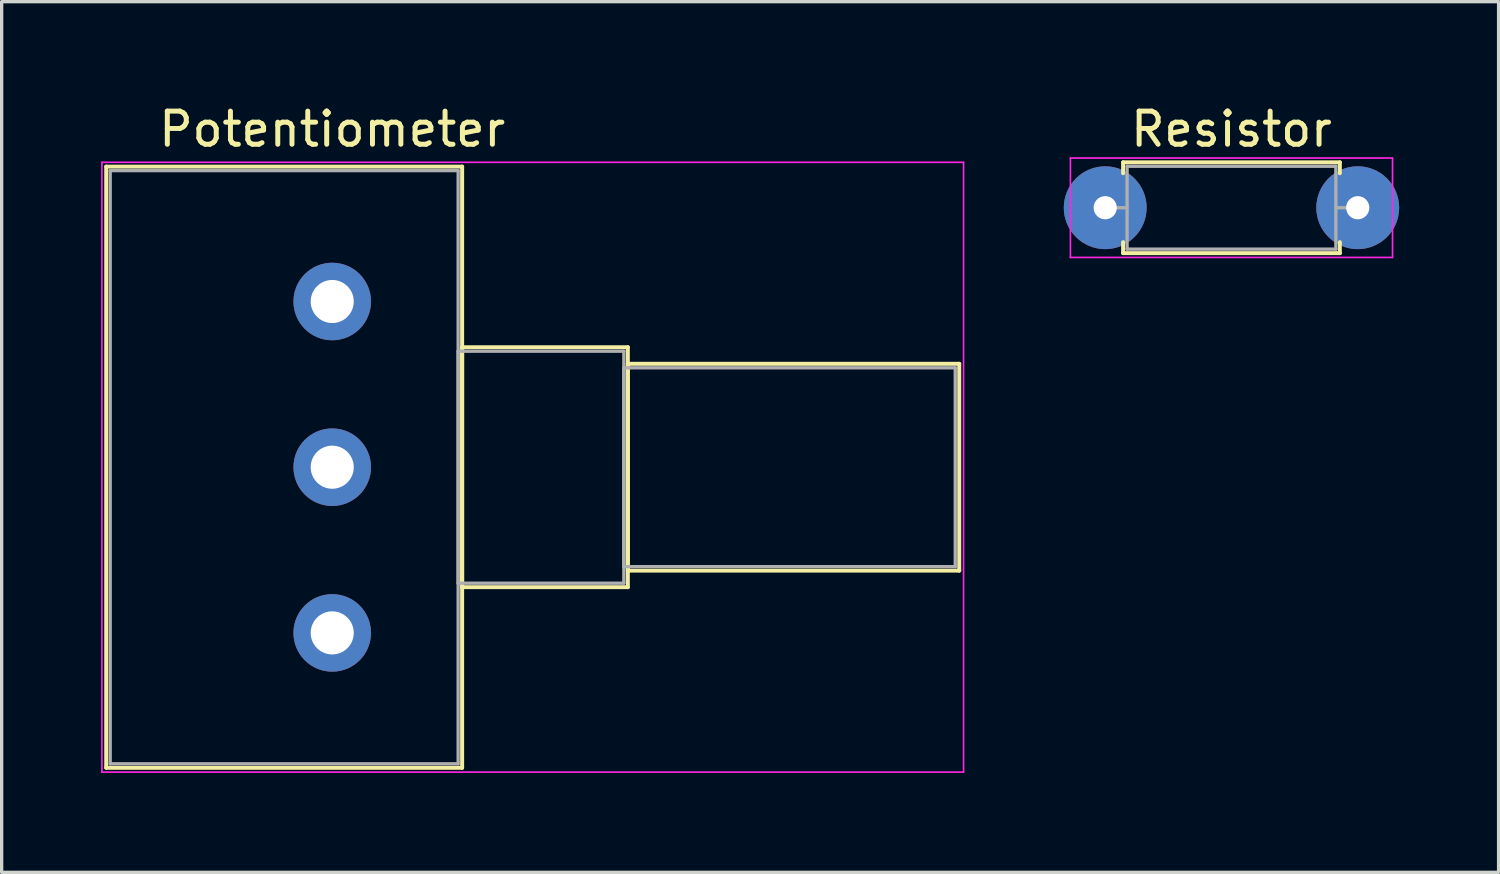
<source format=kicad_pcb>
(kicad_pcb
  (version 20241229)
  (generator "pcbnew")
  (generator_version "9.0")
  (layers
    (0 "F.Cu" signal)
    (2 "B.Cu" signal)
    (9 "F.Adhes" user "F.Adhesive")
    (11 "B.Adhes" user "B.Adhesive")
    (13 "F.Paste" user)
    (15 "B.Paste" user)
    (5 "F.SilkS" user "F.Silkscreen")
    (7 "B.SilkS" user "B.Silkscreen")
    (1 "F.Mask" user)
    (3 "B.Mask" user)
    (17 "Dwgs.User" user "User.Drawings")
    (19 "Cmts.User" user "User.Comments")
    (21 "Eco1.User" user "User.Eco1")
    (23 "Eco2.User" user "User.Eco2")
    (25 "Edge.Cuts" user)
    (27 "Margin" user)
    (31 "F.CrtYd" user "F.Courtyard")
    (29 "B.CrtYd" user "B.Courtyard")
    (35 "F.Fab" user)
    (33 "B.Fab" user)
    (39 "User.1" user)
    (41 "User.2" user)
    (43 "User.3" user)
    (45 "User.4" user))
  (footprint "Resistor"
    (layer "F.Cu")
    (at 30.3 3.218)
    (property "Reference" "Resistor" (at 3.81 -2.37 0) (layer "F.SilkS") (effects (font (size 1 1) (thickness 0.15))))
    (attr through_hole)
    (fp_line (start 0.54 -1.37) (end 7.08 -1.37) (stroke (width 0.12) (type solid)) (layer "F.SilkS"))
    (fp_line (start 0.54 -1.04) (end 0.54 -1.37) (stroke (width 0.12) (type solid)) (layer "F.SilkS"))
    (fp_line (start 0.54 1.04) (end 0.54 1.37) (stroke (width 0.12) (type solid)) (layer "F.SilkS"))
    (fp_line (start 0.54 1.37) (end 7.08 1.37) (stroke (width 0.12) (type solid)) (layer "F.SilkS"))
    (fp_line (start 7.08 -1.37) (end 7.08 -1.04) (stroke (width 0.12) (type solid)) (layer "F.SilkS"))
    (fp_line (start 7.08 1.37) (end 7.08 1.04) (stroke (width 0.12) (type solid)) (layer "F.SilkS"))
    (fp_line (start -1.05 -1.5) (end -1.05 1.5) (stroke (width 0.05) (type solid)) (layer "F.CrtYd"))
    (fp_line (start -1.05 1.5) (end 8.67 1.5) (stroke (width 0.05) (type solid)) (layer "F.CrtYd"))
    (fp_line (start 8.67 -1.5) (end -1.05 -1.5) (stroke (width 0.05) (type solid)) (layer "F.CrtYd"))
    (fp_line (start 8.67 1.5) (end 8.67 -1.5) (stroke (width 0.05) (type solid)) (layer "F.CrtYd"))
    (fp_line (start 0 0) (end 0.66 0) (stroke (width 0.1) (type solid)) (layer "F.Fab"))
    (fp_line (start 0.66 -1.25) (end 0.66 1.25) (stroke (width 0.1) (type solid)) (layer "F.Fab"))
    (fp_line (start 0.66 1.25) (end 6.96 1.25) (stroke (width 0.1) (type solid)) (layer "F.Fab"))
    (fp_line (start 6.96 -1.25) (end 0.66 -1.25) (stroke (width 0.1) (type solid)) (layer "F.Fab"))
    (fp_line (start 6.96 1.25) (end 6.96 -1.25) (stroke (width 0.1) (type solid)) (layer "F.Fab"))
    (fp_line (start 7.62 0) (end 6.96 0) (stroke (width 0.1) (type solid)) (layer "F.Fab"))
    (pad "1" thru_hole circle (at 0 0) (size 2.5 2.5) (drill 0.7) (layers "*.Cu" "*.Mask"))
    (pad "2" thru_hole circle (at 7.62 0) (size 2.5 2.5) (drill 0.7) (layers "*.Cu" "*.Mask")))
  (footprint "Potentiometer"
    (layer "F.Cu")
    (at 6.975 16.048)
    (property "Reference" "Potentiometer" (at 0 -15.2 0) (layer "F.SilkS") (effects (font (size 1 1) (thickness 0.15))))
    (attr through_hole)
    (fp_line (start -6.82 -14.07) (end -6.82 4.07) (stroke (width 0.12) (type solid)) (layer "F.SilkS"))
    (fp_line (start -6.82 -14.07) (end 3.92 -14.07) (stroke (width 0.12) (type solid)) (layer "F.SilkS"))
    (fp_line (start -6.82 4.07) (end 3.92 4.07) (stroke (width 0.12) (type solid)) (layer "F.SilkS"))
    (fp_line (start 3.92 -14.07) (end 3.92 4.07) (stroke (width 0.12) (type solid)) (layer "F.SilkS"))
    (fp_line (start 3.92 -8.62) (end 3.92 -1.38) (stroke (width 0.12) (type solid)) (layer "F.SilkS"))
    (fp_line (start 3.92 -8.62) (end 8.92 -8.62) (stroke (width 0.12) (type solid)) (layer "F.SilkS"))
    (fp_line (start 3.92 -1.38) (end 8.92 -1.38) (stroke (width 0.12) (type solid)) (layer "F.SilkS"))
    (fp_line (start 8.92 -8.62) (end 8.92 -1.38) (stroke (width 0.12) (type solid)) (layer "F.SilkS"))
    (fp_line (start 8.92 -8.12) (end 8.92 -1.879) (stroke (width 0.12) (type solid)) (layer "F.SilkS"))
    (fp_line (start 8.92 -8.12) (end 18.92 -8.12) (stroke (width 0.12) (type solid)) (layer "F.SilkS"))
    (fp_line (start 8.92 -1.879) (end 18.92 -1.879) (stroke (width 0.12) (type solid)) (layer "F.SilkS"))
    (fp_line (start 18.92 -8.12) (end 18.92 -1.879) (stroke (width 0.12) (type solid)) (layer "F.SilkS"))
    (fp_line (start -6.95 -14.2) (end -6.95 4.2) (stroke (width 0.05) (type solid)) (layer "F.CrtYd"))
    (fp_line (start -6.95 4.2) (end 19.05 4.2) (stroke (width 0.05) (type solid)) (layer "F.CrtYd"))
    (fp_line (start 19.05 -14.2) (end -6.95 -14.2) (stroke (width 0.05) (type solid)) (layer "F.CrtYd"))
    (fp_line (start 19.05 4.2) (end 19.05 -14.2) (stroke (width 0.05) (type solid)) (layer "F.CrtYd"))
    (fp_line (start -6.7 -13.95) (end -6.7 3.95) (stroke (width 0.1) (type solid)) (layer "F.Fab"))
    (fp_line (start -6.7 3.95) (end 3.8 3.95) (stroke (width 0.1) (type solid)) (layer "F.Fab"))
    (fp_line (start 3.8 -13.95) (end -6.7 -13.95) (stroke (width 0.1) (type solid)) (layer "F.Fab"))
    (fp_line (start 3.8 -8.5) (end 3.8 -1.5) (stroke (width 0.1) (type solid)) (layer "F.Fab"))
    (fp_line (start 3.8 -1.5) (end 8.8 -1.5) (stroke (width 0.1) (type solid)) (layer "F.Fab"))
    (fp_line (start 3.8 3.95) (end 3.8 -13.95) (stroke (width 0.1) (type solid)) (layer "F.Fab"))
    (fp_line (start 8.8 -8.5) (end 3.8 -8.5) (stroke (width 0.1) (type solid)) (layer "F.Fab"))
    (fp_line (start 8.8 -8) (end 8.8 -2) (stroke (width 0.1) (type solid)) (layer "F.Fab"))
    (fp_line (start 8.8 -2) (end 18.8 -2) (stroke (width 0.1) (type solid)) (layer "F.Fab"))
    (fp_line (start 8.8 -1.5) (end 8.8 -8.5) (stroke (width 0.1) (type solid)) (layer "F.Fab"))
    (fp_line (start 18.8 -8) (end 8.8 -8) (stroke (width 0.1) (type solid)) (layer "F.Fab"))
    (fp_line (start 18.8 -2) (end 18.8 -8) (stroke (width 0.1) (type solid)) (layer "F.Fab"))
    (pad "1" thru_hole circle (at 0 0) (size 2.34 2.34) (drill 1.3) (layers "*.Cu" "*.Mask"))
    (pad "2" thru_hole circle (at 0 -5) (size 2.34 2.34) (drill 1.3) (layers "*.Cu" "*.Mask"))
    (pad "3" thru_hole circle (at 0 -10) (size 2.34 2.34) (drill 1.3) (layers "*.Cu" "*.Mask")))
  (gr_rect
    (start -3 -3)
    (end 42.17 23.273)
    (stroke (width 0.1) (type default))
    (fill no)
    (layer "Edge.Cuts")))
</source>
